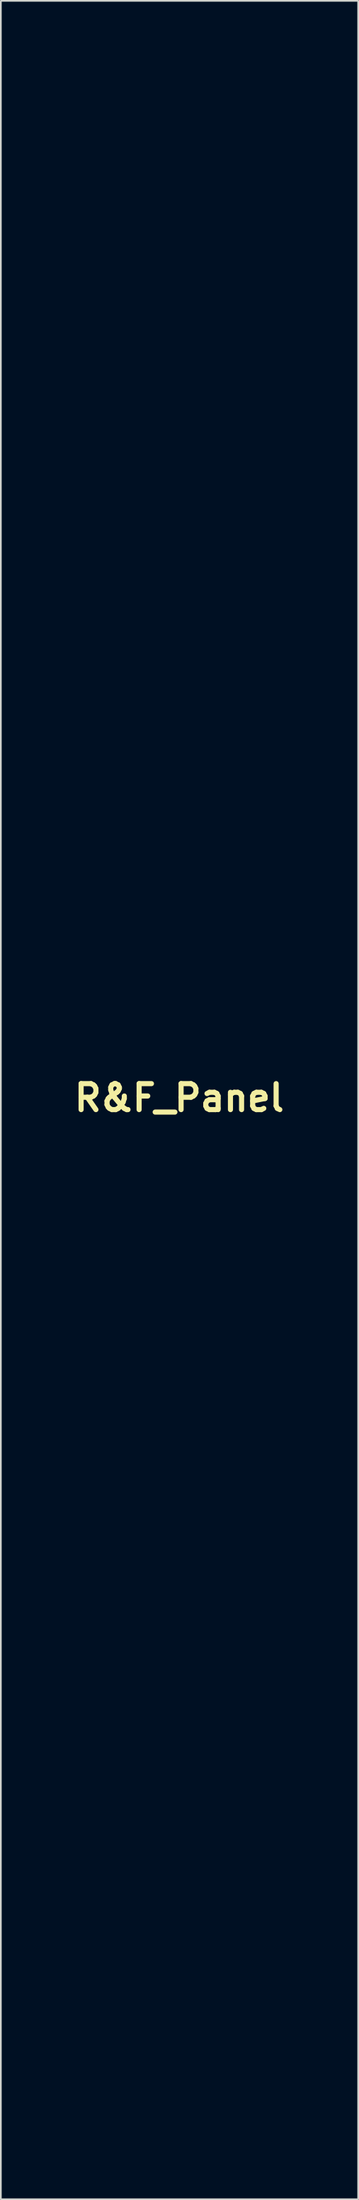
<source format=kicad_pcb>
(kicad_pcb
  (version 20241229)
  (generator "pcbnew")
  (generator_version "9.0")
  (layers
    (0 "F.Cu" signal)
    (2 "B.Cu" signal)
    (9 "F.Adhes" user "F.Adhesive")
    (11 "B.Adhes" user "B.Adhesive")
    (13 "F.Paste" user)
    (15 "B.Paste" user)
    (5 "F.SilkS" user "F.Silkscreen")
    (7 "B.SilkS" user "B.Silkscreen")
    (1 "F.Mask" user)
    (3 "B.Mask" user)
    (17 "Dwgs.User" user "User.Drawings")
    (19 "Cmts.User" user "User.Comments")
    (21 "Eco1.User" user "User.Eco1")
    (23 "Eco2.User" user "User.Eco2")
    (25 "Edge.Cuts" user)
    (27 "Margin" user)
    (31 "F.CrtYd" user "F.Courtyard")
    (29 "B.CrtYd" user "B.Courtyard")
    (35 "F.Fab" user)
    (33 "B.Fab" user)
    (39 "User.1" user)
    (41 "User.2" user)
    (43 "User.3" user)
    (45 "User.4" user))
  (footprint "R&F_Panel"
    (layer "F.Cu")
    (at 7.488 61.354)
    (property "Reference" "R&F_Panel" (at 0 0 0) (layer "F.SilkS") (effects (font (size 1.524 1.524) (thickness 0.3))))
    (attr board_only exclude_from_pos_files exclude_from_bom)
    (fp_poly (pts (xy -2.485 -60.902) (xy -7.488 -60.902) (xy -7.488 -61.354) (xy -2.485 -61.354)) (stroke (width 0) (type solid)) (fill yes) (layer "F.Mask"))
    (fp_poly (pts (xy -2.485 61.612) (xy -7.488 61.612) (xy -7.488 61.16) (xy -2.485 61.16)) (stroke (width 0) (type solid)) (fill yes) (layer "F.Mask"))
    (fp_poly (pts (xy 7.52 -60.902) (xy 2.453 -60.902) (xy 2.453 -61.354) (xy 7.52 -61.354)) (stroke (width 0) (type solid)) (fill yes) (layer "F.Mask"))
    (fp_poly (pts (xy 7.52 61.612) (xy 2.453 61.612) (xy 2.453 61.16) (xy 7.52 61.16)) (stroke (width 0) (type solid)) (fill yes) (layer "F.Mask"))
    (fp_poly (pts (xy 4.978 12.385) (xy 5.454 12.861) (xy 5.454 14.782) (xy 4.777 14.782) (xy 4.777 13.153) (xy 4.398 12.773) (xy 4.019 12.394) (xy 4.501 11.909)) (stroke (width 0) (type solid)) (fill yes) (layer "F.Mask"))
    (fp_poly (pts (xy 5.454 -33.936) (xy 4.978 -33.46) (xy 4.501 -32.984) (xy 4.019 -33.469) (xy 4.398 -33.848) (xy 4.777 -34.228) (xy 4.777 -35.76) (xy 5.454 -35.76)) (stroke (width 0) (type solid)) (fill yes) (layer "F.Mask"))
    (fp_poly (pts (xy 4.978 -42.32) (xy 5.454 -41.845) (xy 5.454 -39.924) (xy 4.777 -39.924) (xy 4.777 -41.552) (xy 4.398 -41.932) (xy 4.019 -42.312) (xy 4.26 -42.554) (xy 4.501 -42.796)) (stroke (width 0) (type solid)) (fill yes) (layer "F.Mask"))
    (fp_poly (pts (xy 5.454 20.769) (xy 4.978 21.245) (xy 4.501 21.721) (xy 4.26 21.479) (xy 4.019 21.236) (xy 4.398 20.857) (xy 4.777 20.477) (xy 4.777 18.945) (xy 5.454 18.945)) (stroke (width 0) (type solid)) (fill yes) (layer "F.Mask"))
    (fp_poly (pts (xy -2.191 -21.592) (xy -1.575 -20.817) (xy -0.452 -20.817) (xy -0.452 -20.365) (xy -1.905 -20.365) (xy -2.521 -21.14) (xy -3.137 -21.914) (xy -4.26 -21.914) (xy -4.26 -22.366) (xy -2.807 -22.366)) (stroke (width 0) (type solid)) (fill yes) (layer "F.Mask"))
    (fp_poly (pts (xy -2.191 33.114) (xy -1.575 33.888) (xy -0.452 33.888) (xy -0.452 34.34) (xy -1.905 34.34) (xy -2.521 33.565) (xy -3.137 32.791) (xy -4.26 32.791) (xy -4.26 32.339) (xy -2.807 32.339)) (stroke (width 0) (type solid)) (fill yes) (layer "F.Mask"))
    (fp_poly (pts (xy -0.452 -39.601) (xy -1.575 -39.601) (xy -2.191 -38.826) (xy -2.807 -38.052) (xy -4.26 -38.052) (xy -4.26 -38.503) (xy -3.137 -38.503) (xy -2.521 -39.278) (xy -1.905 -40.053) (xy -0.452 -40.053)) (stroke (width 0) (type solid)) (fill yes) (layer "F.Mask"))
    (fp_poly (pts (xy -0.452 15.104) (xy -1.575 15.104) (xy -2.191 15.879) (xy -2.807 16.654) (xy -4.26 16.654) (xy -4.26 16.202) (xy -3.137 16.202) (xy -2.521 15.427) (xy -1.905 14.653) (xy -0.452 14.653)) (stroke (width 0) (type solid)) (fill yes) (layer "F.Mask"))
    (fp_poly (pts (xy 2.098 -22.011) (xy 0.516 -22.011) (xy 0.516 -21.495) (xy 1.356 -21.495) (xy 1.356 -21.14) (xy 0.516 -21.14) (xy 0.516 -20.365) (xy 0.065 -20.365) (xy 0.065 -22.366) (xy 2.098 -22.366)) (stroke (width 0) (type solid)) (fill yes) (layer "F.Mask"))
    (fp_poly (pts (xy 2.098 32.694) (xy 0.516 32.694) (xy 0.516 33.21) (xy 1.356 33.21) (xy 1.356 33.565) (xy 0.516 33.565) (xy 0.516 34.34) (xy 0.065 34.34) (xy 0.065 32.339) (xy 2.098 32.339)) (stroke (width 0) (type solid)) (fill yes) (layer "F.Mask"))
    (fp_poly (pts (xy 5.422 -56.642) (xy 3.357 -56.642) (xy 3.357 -55.932) (xy 4.454 -55.932) (xy 4.454 -55.448) (xy 3.357 -55.448) (xy 3.357 -54.415) (xy 2.711 -54.415) (xy 2.711 -57.094) (xy 5.422 -57.094)) (stroke (width 0) (type solid)) (fill yes) (layer "F.Mask"))
    (fp_poly (pts (xy 1.052 -40.046) (xy 2.039 -40.036) (xy 2.133 -39.931) (xy 2.172 -39.885) (xy 2.198 -39.842) (xy 2.215 -39.789) (xy 2.223 -39.713) (xy 2.226 -39.599) (xy 2.227 -39.434) (xy 2.227 -39.423) (xy 2.226 -39.256) (xy 2.223 -39.139) (xy 2.215 -39.061) (xy 2.199 -39.007) (xy 2.174 -38.964) (xy 2.135 -38.918) (xy 2.133 -38.916) (xy 2.082 -38.863) (xy 2.032 -38.831) (xy 1.966 -38.813) (xy 1.865 -38.803) (xy 1.779 -38.799) (xy 1.519 -38.787) (xy 1.929 -38.464) (xy 2.072 -38.351) (xy 2.199 -38.25) (xy 2.301 -38.168) (xy 2.368 -38.113) (xy 2.387 -38.096) (xy 2.4 -38.076) (xy 2.382 -38.063) (xy 2.325 -38.056) (xy 2.219 -38.053) (xy 2.097 -38.053) (xy 1.759 -38.054) (xy 1.357 -38.424) (xy 0.955 -38.794) (xy 0.516 -38.794) (xy 0.516 -38.052) (xy 0.065 -38.052) (xy 0.065 -39.149) (xy 0.516 -39.149) (xy 1.067 -39.149) (xy 1.266 -39.151) (xy 1.438 -39.156) (xy 1.572 -39.165) (xy 1.658 -39.176) (xy 1.68 -39.182) (xy 1.715 -39.212) (xy 1.735 -39.265) (xy 1.742 -39.358) (xy 1.743 -39.423) (xy 1.739 -39.542) (xy 1.727 -39.612) (xy 1.7 -39.651) (xy 1.68 -39.664) (xy 1.626 -39.676) (xy 1.518 -39.686) (xy 1.366 -39.693) (xy 1.181 -39.697) (xy 1.067 -39.698) (xy 0.516 -39.698) (xy 0.516 -39.149) (xy 0.065 -39.149) (xy 0.065 -40.055)) (stroke (width 0) (type solid)) (fill yes) (layer "F.Mask"))
    (fp_poly (pts (xy 1.052 14.659) (xy 2.039 14.669) (xy 2.133 14.774) (xy 2.172 14.82) (xy 2.198 14.863) (xy 2.215 14.916) (xy 2.223 14.993) (xy 2.226 15.107) (xy 2.227 15.271) (xy 2.227 15.282) (xy 2.226 15.45) (xy 2.223 15.566) (xy 2.215 15.645) (xy 2.199 15.699) (xy 2.174 15.742) (xy 2.135 15.787) (xy 2.133 15.789) (xy 2.082 15.842) (xy 2.032 15.874) (xy 1.966 15.892) (xy 1.865 15.902) (xy 1.779 15.906) (xy 1.519 15.918) (xy 1.929 16.241) (xy 2.072 16.354) (xy 2.199 16.455) (xy 2.301 16.537) (xy 2.368 16.592) (xy 2.387 16.609) (xy 2.4 16.629) (xy 2.382 16.642) (xy 2.325 16.649) (xy 2.219 16.652) (xy 2.097 16.652) (xy 1.759 16.651) (xy 1.357 16.281) (xy 0.955 15.911) (xy 0.516 15.911) (xy 0.516 16.654) (xy 0.065 16.654) (xy 0.065 15.556) (xy 0.516 15.556) (xy 1.067 15.556) (xy 1.266 15.554) (xy 1.438 15.549) (xy 1.572 15.54) (xy 1.658 15.53) (xy 1.68 15.523) (xy 1.715 15.493) (xy 1.735 15.44) (xy 1.742 15.348) (xy 1.743 15.282) (xy 1.739 15.164) (xy 1.727 15.093) (xy 1.7 15.054) (xy 1.68 15.041) (xy 1.626 15.029) (xy 1.518 15.019) (xy 1.366 15.012) (xy 1.181 15.008) (xy 1.067 15.008) (xy 0.516 15.008) (xy 0.516 15.556) (xy 0.065 15.556) (xy 0.065 14.65)) (stroke (width 0) (type solid)) (fill yes) (layer "F.Mask"))
    (fp_poly (pts (xy 5.874 33.581) (xy 4.898 34.558) (xy 4.657 34.799) (xy 4.459 34.999) (xy 4.3 35.162) (xy 4.178 35.289) (xy 4.089 35.386) (xy 4.03 35.455) (xy 3.998 35.5) (xy 3.989 35.525) (xy 4 35.534) (xy 4.002 35.534) (xy 4.061 35.53) (xy 4.17 35.52) (xy 4.319 35.505) (xy 4.493 35.486) (xy 4.615 35.472) (xy 4.793 35.452) (xy 4.946 35.436) (xy 5.064 35.424) (xy 5.137 35.418) (xy 5.155 35.418) (xy 5.136 35.442) (xy 5.081 35.502) (xy 4.997 35.588) (xy 4.908 35.677) (xy 4.655 35.929) (xy 3.836 36.021) (xy 3.614 36.046) (xy 3.414 36.069) (xy 3.245 36.088) (xy 3.116 36.103) (xy 3.035 36.112) (xy 3.01 36.114) (xy 3.002 36.107) (xy 3.006 36.074) (xy 3.016 35.986) (xy 3.031 35.85) (xy 3.051 35.677) (xy 3.074 35.473) (xy 3.095 35.28) (xy 3.188 34.462) (xy 3.44 34.208) (xy 3.542 34.107) (xy 3.625 34.027) (xy 3.681 33.976) (xy 3.7 33.963) (xy 3.7 33.996) (xy 3.692 34.083) (xy 3.679 34.212) (xy 3.661 34.373) (xy 3.646 34.503) (xy 3.624 34.687) (xy 3.606 34.853) (xy 3.592 34.989) (xy 3.584 35.083) (xy 3.583 35.114) (xy 3.59 35.127) (xy 3.613 35.121) (xy 3.656 35.091) (xy 3.722 35.035) (xy 3.815 34.95) (xy 3.939 34.832) (xy 4.097 34.678) (xy 4.293 34.484) (xy 4.529 34.249) (xy 4.559 34.219) (xy 5.536 33.243)) (stroke (width 0) (type solid)) (fill yes) (layer "F.Mask"))
    (fp_poly (pts (xy 5.705 -21.293) (xy 5.874 -21.124) (xy 4.898 -20.148) (xy 4.657 -19.906) (xy 4.459 -19.706) (xy 4.3 -19.544) (xy 4.178 -19.416) (xy 4.089 -19.319) (xy 4.03 -19.25) (xy 3.998 -19.205) (xy 3.989 -19.18) (xy 4 -19.172) (xy 4.002 -19.172) (xy 4.061 -19.175) (xy 4.17 -19.185) (xy 4.319 -19.201) (xy 4.493 -19.219) (xy 4.615 -19.233) (xy 4.793 -19.253) (xy 4.946 -19.27) (xy 5.064 -19.281) (xy 5.137 -19.287) (xy 5.155 -19.287) (xy 5.136 -19.263) (xy 5.081 -19.204) (xy 4.997 -19.117) (xy 4.908 -19.028) (xy 4.655 -18.776) (xy 3.836 -18.684) (xy 3.614 -18.659) (xy 3.414 -18.636) (xy 3.245 -18.617) (xy 3.116 -18.603) (xy 3.035 -18.593) (xy 3.01 -18.591) (xy 3.002 -18.598) (xy 3.006 -18.631) (xy 3.016 -18.719) (xy 3.031 -18.855) (xy 3.051 -19.029) (xy 3.074 -19.232) (xy 3.095 -19.425) (xy 3.188 -20.243) (xy 3.44 -20.497) (xy 3.542 -20.598) (xy 3.625 -20.678) (xy 3.681 -20.729) (xy 3.7 -20.742) (xy 3.7 -20.709) (xy 3.692 -20.623) (xy 3.679 -20.494) (xy 3.661 -20.333) (xy 3.646 -20.203) (xy 3.624 -20.019) (xy 3.606 -19.852) (xy 3.592 -19.716) (xy 3.584 -19.622) (xy 3.583 -19.591) (xy 3.59 -19.578) (xy 3.613 -19.585) (xy 3.656 -19.614) (xy 3.722 -19.67) (xy 3.815 -19.755) (xy 3.939 -19.873) (xy 4.097 -20.027) (xy 4.293 -20.221) (xy 4.529 -20.457) (xy 4.559 -20.487) (xy 5.536 -21.463)) (stroke (width 0) (type solid)) (fill yes) (layer "F.Mask"))
    (fp_poly (pts (xy -3.623 -57.093) (xy -3.303 -57.092) (xy -3.042 -57.092) (xy -2.831 -57.09) (xy -2.665 -57.087) (xy -2.537 -57.083) (xy -2.441 -57.077) (xy -2.369 -57.069) (xy -2.315 -57.058) (xy -2.272 -57.045) (xy -2.237 -57.031) (xy -2.15 -56.984) (xy -2.085 -56.929) (xy -2.039 -56.856) (xy -2.01 -56.754) (xy -1.993 -56.614) (xy -1.986 -56.426) (xy -1.985 -56.271) (xy -1.989 -56.024) (xy -2.006 -55.833) (xy -2.041 -55.691) (xy -2.101 -55.591) (xy -2.19 -55.523) (xy -2.316 -55.482) (xy -2.483 -55.458) (xy -2.61 -55.449) (xy -2.912 -55.431) (xy -2.354 -54.963) (xy -2.191 -54.826) (xy -2.041 -54.701) (xy -1.914 -54.595) (xy -1.817 -54.515) (xy -1.758 -54.466) (xy -1.746 -54.456) (xy -1.737 -54.44) (xy -1.763 -54.429) (xy -1.83 -54.422) (xy -1.947 -54.418) (xy -2.121 -54.416) (xy -2.151 -54.416) (xy -2.608 -54.415) (xy -3.676 -55.448) (xy -4.26 -55.448) (xy -4.26 -54.415) (xy -4.873 -54.415) (xy -4.873 -56.645) (xy -4.26 -56.645) (xy -4.26 -55.896) (xy -3.471 -55.906) (xy -3.206 -55.91) (xy -2.999 -55.915) (xy -2.845 -55.922) (xy -2.738 -55.932) (xy -2.672 -55.943) (xy -2.64 -55.957) (xy -2.64 -55.957) (xy -2.615 -56.02) (xy -2.601 -56.144) (xy -2.598 -56.271) (xy -2.604 -56.438) (xy -2.621 -56.545) (xy -2.64 -56.584) (xy -2.671 -56.598) (xy -2.737 -56.609) (xy -2.844 -56.618) (xy -2.998 -56.626) (xy -3.204 -56.631) (xy -3.468 -56.635) (xy -3.471 -56.635) (xy -4.26 -56.645) (xy -4.873 -56.645) (xy -4.873 -57.094)) (stroke (width 0) (type solid)) (fill yes) (layer "F.Mask"))
    (fp_poly (pts (xy 6.283 -12.544) (xy 6.282 -12.511) (xy 6.274 -12.422) (xy 6.26 -12.284) (xy 6.241 -12.106) (xy 6.218 -11.895) (xy 6.192 -11.659) (xy 6.18 -11.554) (xy 6.069 -10.572) (xy 5.771 -10.273) (xy 5.66 -10.163) (xy 5.566 -10.073) (xy 5.498 -10.011) (xy 5.465 -9.985) (xy 5.464 -9.985) (xy 5.464 -10.019) (xy 5.471 -10.107) (xy 5.484 -10.241) (xy 5.502 -10.411) (xy 5.523 -10.609) (xy 5.535 -10.712) (xy 5.558 -10.92) (xy 5.579 -11.106) (xy 5.596 -11.262) (xy 5.608 -11.376) (xy 5.615 -11.44) (xy 5.616 -11.451) (xy 5.594 -11.433) (xy 5.53 -11.374) (xy 5.43 -11.277) (xy 5.297 -11.147) (xy 5.135 -10.988) (xy 4.949 -10.804) (xy 4.743 -10.6) (xy 4.521 -10.379) (xy 4.445 -10.303) (xy 3.275 -9.133) (xy 2.873 -9.538) (xy 4.033 -10.698) (xy 4.259 -10.924) (xy 4.469 -11.135) (xy 4.66 -11.328) (xy 4.828 -11.498) (xy 4.969 -11.641) (xy 5.077 -11.753) (xy 5.15 -11.829) (xy 5.183 -11.866) (xy 5.184 -11.868) (xy 5.15 -11.867) (xy 5.062 -11.86) (xy 4.928 -11.847) (xy 4.757 -11.83) (xy 4.56 -11.808) (xy 4.454 -11.796) (xy 4.246 -11.773) (xy 4.061 -11.754) (xy 3.907 -11.738) (xy 3.795 -11.728) (xy 3.733 -11.724) (xy 3.724 -11.725) (xy 3.741 -11.75) (xy 3.797 -11.812) (xy 3.882 -11.901) (xy 3.989 -12.01) (xy 4.013 -12.034) (xy 4.313 -12.332) (xy 5.294 -12.442) (xy 5.538 -12.469) (xy 5.76 -12.493) (xy 5.953 -12.513) (xy 6.109 -12.529) (xy 6.219 -12.54) (xy 6.277 -12.544)) (stroke (width 0) (type solid)) (fill yes) (layer "F.Mask"))
    (fp_poly (pts (xy 6.283 42.162) (xy 6.282 42.194) (xy 6.274 42.284) (xy 6.26 42.421) (xy 6.241 42.599) (xy 6.218 42.81) (xy 6.192 43.046) (xy 6.18 43.151) (xy 6.069 44.133) (xy 5.771 44.432) (xy 5.66 44.542) (xy 5.566 44.632) (xy 5.498 44.694) (xy 5.465 44.72) (xy 5.464 44.72) (xy 5.464 44.687) (xy 5.471 44.598) (xy 5.484 44.464) (xy 5.502 44.294) (xy 5.523 44.096) (xy 5.535 43.994) (xy 5.558 43.785) (xy 5.579 43.599) (xy 5.596 43.444) (xy 5.608 43.329) (xy 5.615 43.265) (xy 5.616 43.255) (xy 5.594 43.272) (xy 5.53 43.331) (xy 5.43 43.428) (xy 5.297 43.558) (xy 5.135 43.717) (xy 4.949 43.901) (xy 4.743 44.105) (xy 4.521 44.326) (xy 4.445 44.402) (xy 3.275 45.572) (xy 2.873 45.167) (xy 4.033 44.007) (xy 4.259 43.782) (xy 4.469 43.57) (xy 4.66 43.377) (xy 4.828 43.207) (xy 4.969 43.064) (xy 5.077 42.952) (xy 5.15 42.876) (xy 5.183 42.84) (xy 5.184 42.837) (xy 5.15 42.838) (xy 5.062 42.845) (xy 4.928 42.858) (xy 4.757 42.876) (xy 4.56 42.897) (xy 4.454 42.909) (xy 4.246 42.932) (xy 4.061 42.952) (xy 3.907 42.967) (xy 3.795 42.977) (xy 3.733 42.981) (xy 3.724 42.98) (xy 3.741 42.955) (xy 3.797 42.894) (xy 3.882 42.804) (xy 3.989 42.696) (xy 4.013 42.672) (xy 4.313 42.373) (xy 5.294 42.263) (xy 5.538 42.236) (xy 5.76 42.212) (xy 5.953 42.192) (xy 6.109 42.176) (xy 6.219 42.166) (xy 6.277 42.161)) (stroke (width 0) (type solid)) (fill yes) (layer "F.Mask"))
    (fp_poly (pts (xy 0.619 -57.084) (xy 0.773 -57.071) (xy 0.889 -57.048) (xy 0.975 -57.012) (xy 1.039 -56.963) (xy 1.089 -56.902) (xy 1.135 -56.814) (xy 1.157 -56.709) (xy 1.162 -56.593) (xy 1.162 -56.393) (xy 0.938 -56.356) (xy 0.821 -56.337) (xy 0.729 -56.324) (xy 0.68 -56.319) (xy 0.68 -56.319) (xy 0.66 -56.349) (xy 0.648 -56.428) (xy 0.645 -56.496) (xy 0.645 -56.674) (xy -0.194 -56.674) (xy -0.194 -56.579) (xy -0.189 -56.545) (xy -0.171 -56.507) (xy -0.134 -56.46) (xy -0.073 -56.396) (xy 0.017 -56.312) (xy 0.143 -56.201) (xy 0.31 -56.058) (xy 0.438 -55.95) (xy 1.07 -55.417) (xy 1.377 -55.674) (xy 1.507 -55.784) (xy 1.599 -55.855) (xy 1.666 -55.891) (xy 1.723 -55.893) (xy 1.781 -55.862) (xy 1.855 -55.801) (xy 1.915 -55.747) (xy 1.984 -55.682) (xy 2.026 -55.632) (xy 2.032 -55.618) (xy 2.008 -55.588) (xy 1.944 -55.529) (xy 1.851 -55.45) (xy 1.789 -55.4) (xy 1.657 -55.297) (xy 1.565 -55.22) (xy 1.513 -55.159) (xy 1.502 -55.104) (xy 1.534 -55.045) (xy 1.61 -54.97) (xy 1.732 -54.869) (xy 1.859 -54.766) (xy 2.268 -54.431) (xy 1.859 -54.422) (xy 1.451 -54.413) (xy 1.234 -54.589) (xy 1.017 -54.765) (xy 0.92 -54.686) (xy 0.83 -54.616) (xy 0.725 -54.539) (xy 0.696 -54.519) (xy 0.57 -54.431) (xy -0.175 -54.423) (xy -0.432 -54.422) (xy -0.632 -54.423) (xy -0.785 -54.427) (xy -0.899 -54.434) (xy -0.981 -54.445) (xy -1.041 -54.461) (xy -1.049 -54.463) (xy -1.13 -54.492) (xy -1.181 -54.509) (xy -1.188 -54.511) (xy -1.205 -54.538) (xy -1.239 -54.605) (xy -1.26 -54.649) (xy -1.294 -54.762) (xy -1.309 -54.867) (xy -0.807 -54.867) (xy -0.202 -54.868) (xy 0.403 -54.869) (xy 0.523 -54.975) (xy 0.642 -55.08) (xy 0.257 -55.401) (xy 0.122 -55.511) (xy 0.002 -55.603) (xy -0.093 -55.671) (xy -0.154 -55.707) (xy -0.169 -55.711) (xy -0.212 -55.691) (xy -0.297 -55.644) (xy -0.409 -55.577) (xy -0.508 -55.518) (xy -0.807 -55.335) (xy -0.807 -55.101) (xy -0.807 -54.867) (xy -1.309 -54.867) (xy -1.316 -54.913) (xy -1.325 -55.081) (xy -1.321 -55.245) (xy -1.304 -55.386) (xy -1.276 -55.478) (xy -1.223 -55.54) (xy -1.12 -55.626) (xy -0.972 -55.732) (xy -0.86 -55.806) (xy -0.492 -56.042) (xy -0.593 -56.168) (xy -0.645 -56.237) (xy -0.675 -56.3) (xy -0.689 -56.377) (xy -0.694 -56.49) (xy -0.694 -56.543) (xy -0.689 -56.703) (xy -0.671 -56.827) (xy -0.631 -56.921) (xy -0.563 -56.988) (xy -0.459 -57.034) (xy -0.313 -57.063) (xy -0.118 -57.079) (xy 0.134 -57.086) (xy 0.161 -57.087) (xy 0.418 -57.089)) (stroke (width 0) (type solid)) (fill yes) (layer "F.Mask")))
  (gr_rect
    (start -3 -3)
    (end 18.008 125.966)
    (stroke (width 0.1) (type default))
    (fill no)
    (layer "Edge.Cuts")))
</source>
